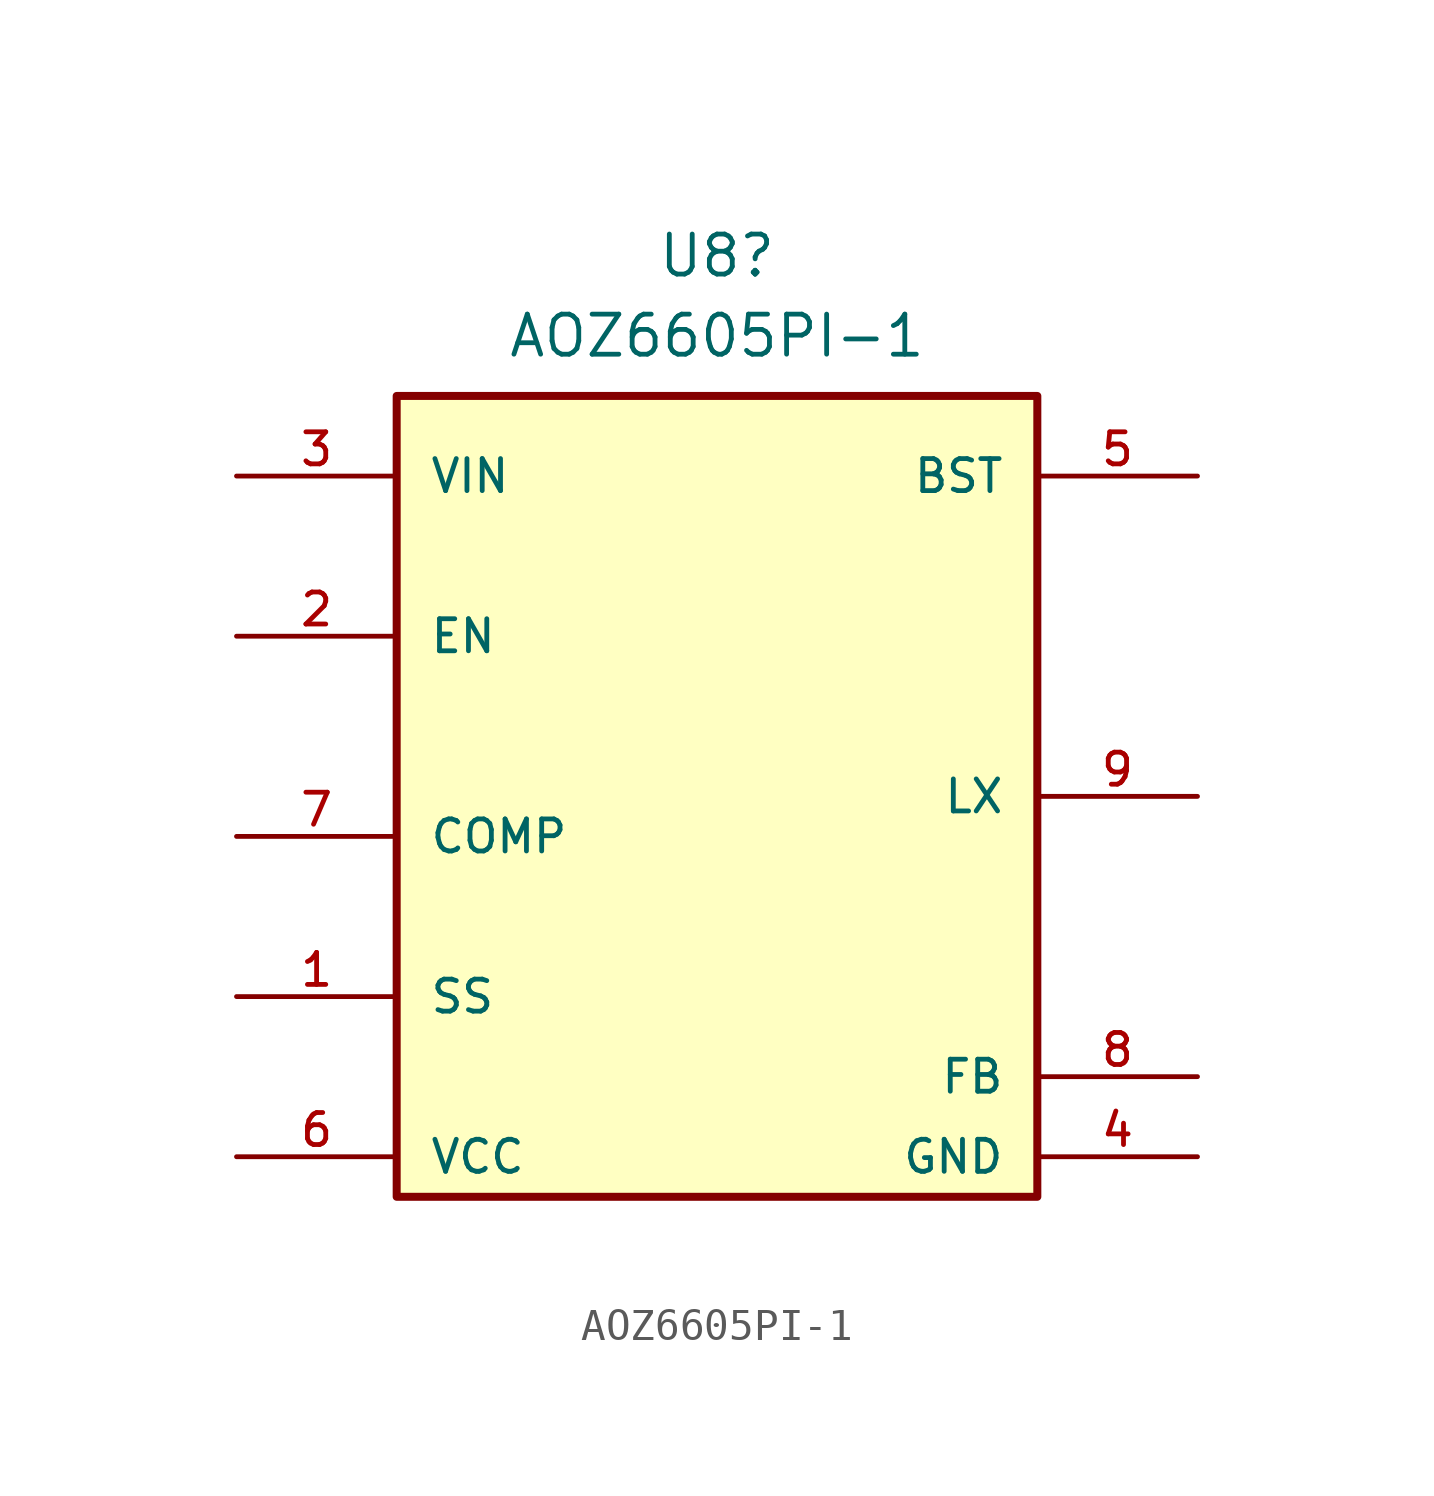
<source format=kicad_sym>
(kicad_symbol_lib
  (version 20220914)
  (generator kicad_symbol_editor)
  (symbol "AOZ6605PI-1"
    (pin_names
      (offset 1.016))
    (property "Reference" "U8"
      (at 0 17.145 0)
      (effects (font (size 1.27 1.27))))
    (property "Value" "AOZ6605PI-1"
      (at 0 14.605 0)
      (effects (font (size 1.27 1.27))))
    (symbol "AOZ6605PI-1_0_0"
      (rectangle (start -10.16 12.7) (end 10.16 -12.7) (stroke (width 0.254) (type default)) (fill (type background)))
      (pin input line (at -15.24 -6.35 0) (length 5.08) (name "SS" (effects (font (size 1.016 1.016)))) (number "1" (effects (font (size 1.016 1.016)))))
      (pin input line (at -15.24 5.08 0) (length 5.08) (name "EN" (effects (font (size 1.016 1.016)))) (number "2" (effects (font (size 1.016 1.016)))))
      (pin input line (at -15.24 10.16 0) (length 5.08) (name "VIN" (effects (font (size 1.016 1.016)))) (number "3" (effects (font (size 1.016 1.016)))))
      (pin power_in line (at 15.24 -11.43 180) (length 5.08) (name "GND" (effects (font (size 1.016 1.016)))) (number "4" (effects (font (size 1.016 1.016)))))
      (pin passive line (at 15.24 10.16 180) (length 5.08) (name "BST" (effects (font (size 1.016 1.016)))) (number "5" (effects (font (size 1.016 1.016)))))
      (pin output line (at -15.24 -11.43 0) (length 5.08) (name "VCC" (effects (font (size 1.016 1.016)))) (number "6" (effects (font (size 1.016 1.016)))))
      (pin output line (at -15.24 -1.27 0) (length 5.08) (name "COMP" (effects (font (size 1.016 1.016)))) (number "7" (effects (font (size 1.016 1.016)))))
      (pin input line (at 15.24 -8.89 180) (length 5.08) (name "FB" (effects (font (size 1.016 1.016)))) (number "8" (effects (font (size 1.016 1.016)))))
      (pin passive line (at 15.24 0 180) (length 5.08) (name "LX" (effects (font (size 1.016 1.016)))) (number "9" (effects (font (size 1.016 1.016))))))))
</source>
